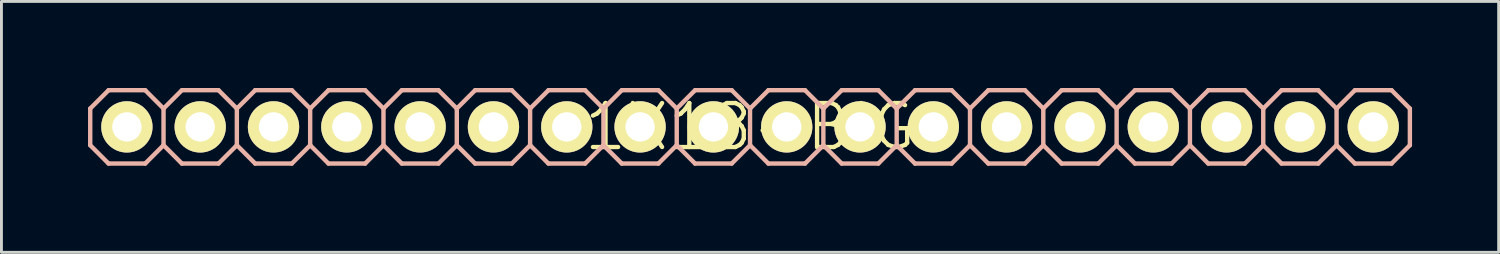
<source format=kicad_pcb>
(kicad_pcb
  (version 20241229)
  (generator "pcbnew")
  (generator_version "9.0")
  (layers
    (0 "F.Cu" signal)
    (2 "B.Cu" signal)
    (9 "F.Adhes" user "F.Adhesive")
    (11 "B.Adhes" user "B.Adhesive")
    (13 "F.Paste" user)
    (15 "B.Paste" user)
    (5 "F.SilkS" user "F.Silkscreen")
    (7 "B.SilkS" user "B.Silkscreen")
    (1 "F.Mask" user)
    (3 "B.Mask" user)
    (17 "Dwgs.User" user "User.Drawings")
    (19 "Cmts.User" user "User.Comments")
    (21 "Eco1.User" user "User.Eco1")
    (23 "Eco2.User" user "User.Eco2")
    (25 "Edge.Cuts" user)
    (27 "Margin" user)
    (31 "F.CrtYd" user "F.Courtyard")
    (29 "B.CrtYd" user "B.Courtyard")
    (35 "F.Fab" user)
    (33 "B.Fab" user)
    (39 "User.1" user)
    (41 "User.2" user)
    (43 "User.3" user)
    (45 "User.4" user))
  (footprint "1X18-BIG"
    (layer "F.Cu")
    (at 22.936 1.346)
    (property "Reference" "1X18-BIG" (at 0 0 0) (layer "F.SilkS") (effects (font (size 1.524 1.524) (thickness 0.15))))
    (attr exclude_from_pos_files exclude_from_bom)
    (fp_line (start -21.844 -0.254) (end -21.336 -0.254) (stroke (width 0.066) (type solid)) (layer "F.SilkS"))
    (fp_line (start -21.844 0.254) (end -21.844 -0.254) (stroke (width 0.066) (type solid)) (layer "F.SilkS"))
    (fp_line (start -21.844 0.254) (end -21.336 0.254) (stroke (width 0.066) (type solid)) (layer "F.SilkS"))
    (fp_line (start -21.336 0.254) (end -21.336 -0.254) (stroke (width 0.066) (type solid)) (layer "F.SilkS"))
    (fp_line (start -19.304 -0.254) (end -18.796 -0.254) (stroke (width 0.066) (type solid)) (layer "F.SilkS"))
    (fp_line (start -19.304 0.254) (end -19.304 -0.254) (stroke (width 0.066) (type solid)) (layer "F.SilkS"))
    (fp_line (start -19.304 0.254) (end -18.796 0.254) (stroke (width 0.066) (type solid)) (layer "F.SilkS"))
    (fp_line (start -18.796 0.254) (end -18.796 -0.254) (stroke (width 0.066) (type solid)) (layer "F.SilkS"))
    (fp_line (start -16.764 -0.254) (end -16.256 -0.254) (stroke (width 0.066) (type solid)) (layer "F.SilkS"))
    (fp_line (start -16.764 0.254) (end -16.764 -0.254) (stroke (width 0.066) (type solid)) (layer "F.SilkS"))
    (fp_line (start -16.764 0.254) (end -16.256 0.254) (stroke (width 0.066) (type solid)) (layer "F.SilkS"))
    (fp_line (start -16.256 0.254) (end -16.256 -0.254) (stroke (width 0.066) (type solid)) (layer "F.SilkS"))
    (fp_line (start -14.224 -0.254) (end -13.716 -0.254) (stroke (width 0.066) (type solid)) (layer "F.SilkS"))
    (fp_line (start -14.224 0.254) (end -14.224 -0.254) (stroke (width 0.066) (type solid)) (layer "F.SilkS"))
    (fp_line (start -14.224 0.254) (end -13.716 0.254) (stroke (width 0.066) (type solid)) (layer "F.SilkS"))
    (fp_line (start -13.716 0.254) (end -13.716 -0.254) (stroke (width 0.066) (type solid)) (layer "F.SilkS"))
    (fp_line (start -11.684 -0.254) (end -11.176 -0.254) (stroke (width 0.066) (type solid)) (layer "F.SilkS"))
    (fp_line (start -11.684 0.254) (end -11.684 -0.254) (stroke (width 0.066) (type solid)) (layer "F.SilkS"))
    (fp_line (start -11.684 0.254) (end -11.176 0.254) (stroke (width 0.066) (type solid)) (layer "F.SilkS"))
    (fp_line (start -11.176 0.254) (end -11.176 -0.254) (stroke (width 0.066) (type solid)) (layer "F.SilkS"))
    (fp_line (start -9.144 -0.254) (end -8.636 -0.254) (stroke (width 0.066) (type solid)) (layer "F.SilkS"))
    (fp_line (start -9.144 0.254) (end -9.144 -0.254) (stroke (width 0.066) (type solid)) (layer "F.SilkS"))
    (fp_line (start -9.144 0.254) (end -8.636 0.254) (stroke (width 0.066) (type solid)) (layer "F.SilkS"))
    (fp_line (start -8.636 0.254) (end -8.636 -0.254) (stroke (width 0.066) (type solid)) (layer "F.SilkS"))
    (fp_line (start -6.604 -0.254) (end -6.096 -0.254) (stroke (width 0.066) (type solid)) (layer "F.SilkS"))
    (fp_line (start -6.604 0.254) (end -6.604 -0.254) (stroke (width 0.066) (type solid)) (layer "F.SilkS"))
    (fp_line (start -6.604 0.254) (end -6.096 0.254) (stroke (width 0.066) (type solid)) (layer "F.SilkS"))
    (fp_line (start -6.096 0.254) (end -6.096 -0.254) (stroke (width 0.066) (type solid)) (layer "F.SilkS"))
    (fp_line (start -4.064 -0.254) (end -3.556 -0.254) (stroke (width 0.066) (type solid)) (layer "F.SilkS"))
    (fp_line (start -4.064 0.254) (end -4.064 -0.254) (stroke (width 0.066) (type solid)) (layer "F.SilkS"))
    (fp_line (start -4.064 0.254) (end -3.556 0.254) (stroke (width 0.066) (type solid)) (layer "F.SilkS"))
    (fp_line (start -3.556 0.254) (end -3.556 -0.254) (stroke (width 0.066) (type solid)) (layer "F.SilkS"))
    (fp_line (start -1.524 -0.254) (end -1.016 -0.254) (stroke (width 0.066) (type solid)) (layer "F.SilkS"))
    (fp_line (start -1.524 0.254) (end -1.524 -0.254) (stroke (width 0.066) (type solid)) (layer "F.SilkS"))
    (fp_line (start -1.524 0.254) (end -1.016 0.254) (stroke (width 0.066) (type solid)) (layer "F.SilkS"))
    (fp_line (start -1.016 0.254) (end -1.016 -0.254) (stroke (width 0.066) (type solid)) (layer "F.SilkS"))
    (fp_line (start 1.016 -0.254) (end 1.524 -0.254) (stroke (width 0.066) (type solid)) (layer "F.SilkS"))
    (fp_line (start 1.016 0.254) (end 1.016 -0.254) (stroke (width 0.066) (type solid)) (layer "F.SilkS"))
    (fp_line (start 1.016 0.254) (end 1.524 0.254) (stroke (width 0.066) (type solid)) (layer "F.SilkS"))
    (fp_line (start 1.524 0.254) (end 1.524 -0.254) (stroke (width 0.066) (type solid)) (layer "F.SilkS"))
    (fp_line (start 3.556 -0.254) (end 4.064 -0.254) (stroke (width 0.066) (type solid)) (layer "F.SilkS"))
    (fp_line (start 3.556 0.254) (end 3.556 -0.254) (stroke (width 0.066) (type solid)) (layer "F.SilkS"))
    (fp_line (start 3.556 0.254) (end 4.064 0.254) (stroke (width 0.066) (type solid)) (layer "F.SilkS"))
    (fp_line (start 4.064 0.254) (end 4.064 -0.254) (stroke (width 0.066) (type solid)) (layer "F.SilkS"))
    (fp_line (start 6.096 -0.254) (end 6.604 -0.254) (stroke (width 0.066) (type solid)) (layer "F.SilkS"))
    (fp_line (start 6.096 0.254) (end 6.096 -0.254) (stroke (width 0.066) (type solid)) (layer "F.SilkS"))
    (fp_line (start 6.096 0.254) (end 6.604 0.254) (stroke (width 0.066) (type solid)) (layer "F.SilkS"))
    (fp_line (start 6.604 0.254) (end 6.604 -0.254) (stroke (width 0.066) (type solid)) (layer "F.SilkS"))
    (fp_line (start 8.636 -0.254) (end 9.144 -0.254) (stroke (width 0.066) (type solid)) (layer "F.SilkS"))
    (fp_line (start 8.636 0.254) (end 8.636 -0.254) (stroke (width 0.066) (type solid)) (layer "F.SilkS"))
    (fp_line (start 8.636 0.254) (end 9.144 0.254) (stroke (width 0.066) (type solid)) (layer "F.SilkS"))
    (fp_line (start 9.144 0.254) (end 9.144 -0.254) (stroke (width 0.066) (type solid)) (layer "F.SilkS"))
    (fp_line (start 11.176 -0.254) (end 11.684 -0.254) (stroke (width 0.066) (type solid)) (layer "F.SilkS"))
    (fp_line (start 11.176 0.254) (end 11.176 -0.254) (stroke (width 0.066) (type solid)) (layer "F.SilkS"))
    (fp_line (start 11.176 0.254) (end 11.684 0.254) (stroke (width 0.066) (type solid)) (layer "F.SilkS"))
    (fp_line (start 11.684 0.254) (end 11.684 -0.254) (stroke (width 0.066) (type solid)) (layer "F.SilkS"))
    (fp_line (start 13.716 -0.254) (end 14.224 -0.254) (stroke (width 0.066) (type solid)) (layer "F.SilkS"))
    (fp_line (start 13.716 0.254) (end 13.716 -0.254) (stroke (width 0.066) (type solid)) (layer "F.SilkS"))
    (fp_line (start 13.716 0.254) (end 14.224 0.254) (stroke (width 0.066) (type solid)) (layer "F.SilkS"))
    (fp_line (start 14.224 0.254) (end 14.224 -0.254) (stroke (width 0.066) (type solid)) (layer "F.SilkS"))
    (fp_line (start 16.256 -0.254) (end 16.764 -0.254) (stroke (width 0.066) (type solid)) (layer "F.SilkS"))
    (fp_line (start 16.256 0.254) (end 16.256 -0.254) (stroke (width 0.066) (type solid)) (layer "F.SilkS"))
    (fp_line (start 16.256 0.254) (end 16.764 0.254) (stroke (width 0.066) (type solid)) (layer "F.SilkS"))
    (fp_line (start 16.764 0.254) (end 16.764 -0.254) (stroke (width 0.066) (type solid)) (layer "F.SilkS"))
    (fp_line (start 18.796 -0.254) (end 19.304 -0.254) (stroke (width 0.066) (type solid)) (layer "F.SilkS"))
    (fp_line (start 18.796 0.254) (end 18.796 -0.254) (stroke (width 0.066) (type solid)) (layer "F.SilkS"))
    (fp_line (start 18.796 0.254) (end 19.304 0.254) (stroke (width 0.066) (type solid)) (layer "F.SilkS"))
    (fp_line (start 19.304 0.254) (end 19.304 -0.254) (stroke (width 0.066) (type solid)) (layer "F.SilkS"))
    (fp_line (start 21.336 -0.254) (end 21.844 -0.254) (stroke (width 0.066) (type solid)) (layer "F.SilkS"))
    (fp_line (start 21.336 0.254) (end 21.336 -0.254) (stroke (width 0.066) (type solid)) (layer "F.SilkS"))
    (fp_line (start 21.336 0.254) (end 21.844 0.254) (stroke (width 0.066) (type solid)) (layer "F.SilkS"))
    (fp_line (start 21.844 0.254) (end 21.844 -0.254) (stroke (width 0.066) (type solid)) (layer "F.SilkS"))
    (fp_line (start -22.86 -0.635) (end -22.86 0.635) (stroke (width 0.152) (type solid)) (layer "B.SilkS"))
    (fp_line (start -22.86 0.635) (end -22.225 1.27) (stroke (width 0.152) (type solid)) (layer "B.SilkS"))
    (fp_line (start -22.225 -1.27) (end -22.86 -0.635) (stroke (width 0.152) (type solid)) (layer "B.SilkS"))
    (fp_line (start -22.225 -1.27) (end -20.955 -1.27) (stroke (width 0.152) (type solid)) (layer "B.SilkS"))
    (fp_line (start -20.955 -1.27) (end -20.32 -0.635) (stroke (width 0.152) (type solid)) (layer "B.SilkS"))
    (fp_line (start -20.955 1.27) (end -22.225 1.27) (stroke (width 0.152) (type solid)) (layer "B.SilkS"))
    (fp_line (start -20.32 -0.635) (end -20.32 0.635) (stroke (width 0.152) (type solid)) (layer "B.SilkS"))
    (fp_line (start -20.32 -0.635) (end -19.685 -1.27) (stroke (width 0.152) (type solid)) (layer "B.SilkS"))
    (fp_line (start -20.32 0.635) (end -20.955 1.27) (stroke (width 0.152) (type solid)) (layer "B.SilkS"))
    (fp_line (start -19.685 -1.27) (end -18.415 -1.27) (stroke (width 0.152) (type solid)) (layer "B.SilkS"))
    (fp_line (start -19.685 1.27) (end -20.32 0.635) (stroke (width 0.152) (type solid)) (layer "B.SilkS"))
    (fp_line (start -18.415 -1.27) (end -17.78 -0.635) (stroke (width 0.152) (type solid)) (layer "B.SilkS"))
    (fp_line (start -18.415 1.27) (end -19.685 1.27) (stroke (width 0.152) (type solid)) (layer "B.SilkS"))
    (fp_line (start -17.78 -0.635) (end -17.78 0.635) (stroke (width 0.152) (type solid)) (layer "B.SilkS"))
    (fp_line (start -17.78 -0.635) (end -17.145 -1.27) (stroke (width 0.152) (type solid)) (layer "B.SilkS"))
    (fp_line (start -17.78 0.635) (end -18.415 1.27) (stroke (width 0.152) (type solid)) (layer "B.SilkS"))
    (fp_line (start -17.145 -1.27) (end -15.875 -1.27) (stroke (width 0.152) (type solid)) (layer "B.SilkS"))
    (fp_line (start -17.145 1.27) (end -17.78 0.635) (stroke (width 0.152) (type solid)) (layer "B.SilkS"))
    (fp_line (start -15.875 -1.27) (end -15.24 -0.635) (stroke (width 0.152) (type solid)) (layer "B.SilkS"))
    (fp_line (start -15.875 1.27) (end -17.145 1.27) (stroke (width 0.152) (type solid)) (layer "B.SilkS"))
    (fp_line (start -15.24 -0.635) (end -15.24 0.635) (stroke (width 0.152) (type solid)) (layer "B.SilkS"))
    (fp_line (start -15.24 0.635) (end -15.875 1.27) (stroke (width 0.152) (type solid)) (layer "B.SilkS"))
    (fp_line (start -15.24 0.635) (end -14.605 1.27) (stroke (width 0.152) (type solid)) (layer "B.SilkS"))
    (fp_line (start -14.605 -1.27) (end -15.24 -0.635) (stroke (width 0.152) (type solid)) (layer "B.SilkS"))
    (fp_line (start -14.605 -1.27) (end -13.335 -1.27) (stroke (width 0.152) (type solid)) (layer "B.SilkS"))
    (fp_line (start -13.335 -1.27) (end -12.7 -0.635) (stroke (width 0.152) (type solid)) (layer "B.SilkS"))
    (fp_line (start -13.335 1.27) (end -14.605 1.27) (stroke (width 0.152) (type solid)) (layer "B.SilkS"))
    (fp_line (start -12.7 -0.635) (end -12.7 0.635) (stroke (width 0.152) (type solid)) (layer "B.SilkS"))
    (fp_line (start -12.7 -0.635) (end -12.065 -1.27) (stroke (width 0.152) (type solid)) (layer "B.SilkS"))
    (fp_line (start -12.7 0.635) (end -13.335 1.27) (stroke (width 0.152) (type solid)) (layer "B.SilkS"))
    (fp_line (start -12.065 -1.27) (end -10.795 -1.27) (stroke (width 0.152) (type solid)) (layer "B.SilkS"))
    (fp_line (start -12.065 1.27) (end -12.7 0.635) (stroke (width 0.152) (type solid)) (layer "B.SilkS"))
    (fp_line (start -10.795 -1.27) (end -10.16 -0.635) (stroke (width 0.152) (type solid)) (layer "B.SilkS"))
    (fp_line (start -10.795 1.27) (end -12.065 1.27) (stroke (width 0.152) (type solid)) (layer "B.SilkS"))
    (fp_line (start -10.16 -0.635) (end -10.16 0.635) (stroke (width 0.152) (type solid)) (layer "B.SilkS"))
    (fp_line (start -10.16 -0.635) (end -9.525 -1.27) (stroke (width 0.152) (type solid)) (layer "B.SilkS"))
    (fp_line (start -10.16 0.635) (end -10.795 1.27) (stroke (width 0.152) (type solid)) (layer "B.SilkS"))
    (fp_line (start -9.525 -1.27) (end -8.255 -1.27) (stroke (width 0.152) (type solid)) (layer "B.SilkS"))
    (fp_line (start -9.525 1.27) (end -10.16 0.635) (stroke (width 0.152) (type solid)) (layer "B.SilkS"))
    (fp_line (start -8.255 -1.27) (end -7.62 -0.635) (stroke (width 0.152) (type solid)) (layer "B.SilkS"))
    (fp_line (start -8.255 1.27) (end -9.525 1.27) (stroke (width 0.152) (type solid)) (layer "B.SilkS"))
    (fp_line (start -7.62 -0.635) (end -7.62 0.635) (stroke (width 0.152) (type solid)) (layer "B.SilkS"))
    (fp_line (start -7.62 0.635) (end -8.255 1.27) (stroke (width 0.152) (type solid)) (layer "B.SilkS"))
    (fp_line (start -7.62 0.635) (end -6.985 1.27) (stroke (width 0.152) (type solid)) (layer "B.SilkS"))
    (fp_line (start -6.985 -1.27) (end -7.62 -0.635) (stroke (width 0.152) (type solid)) (layer "B.SilkS"))
    (fp_line (start -6.985 -1.27) (end -5.715 -1.27) (stroke (width 0.152) (type solid)) (layer "B.SilkS"))
    (fp_line (start -5.715 -1.27) (end -5.08 -0.635) (stroke (width 0.152) (type solid)) (layer "B.SilkS"))
    (fp_line (start -5.715 1.27) (end -6.985 1.27) (stroke (width 0.152) (type solid)) (layer "B.SilkS"))
    (fp_line (start -5.08 -0.635) (end -5.08 0.635) (stroke (width 0.152) (type solid)) (layer "B.SilkS"))
    (fp_line (start -5.08 -0.635) (end -4.445 -1.27) (stroke (width 0.152) (type solid)) (layer "B.SilkS"))
    (fp_line (start -5.08 0.635) (end -5.715 1.27) (stroke (width 0.152) (type solid)) (layer "B.SilkS"))
    (fp_line (start -4.445 -1.27) (end -3.175 -1.27) (stroke (width 0.152) (type solid)) (layer "B.SilkS"))
    (fp_line (start -4.445 1.27) (end -5.08 0.635) (stroke (width 0.152) (type solid)) (layer "B.SilkS"))
    (fp_line (start -3.175 -1.27) (end -2.54 -0.635) (stroke (width 0.152) (type solid)) (layer "B.SilkS"))
    (fp_line (start -3.175 1.27) (end -4.445 1.27) (stroke (width 0.152) (type solid)) (layer "B.SilkS"))
    (fp_line (start -2.54 -0.635) (end -2.54 0.635) (stroke (width 0.152) (type solid)) (layer "B.SilkS"))
    (fp_line (start -2.54 -0.635) (end -1.905 -1.27) (stroke (width 0.152) (type solid)) (layer "B.SilkS"))
    (fp_line (start -2.54 0.635) (end -3.175 1.27) (stroke (width 0.152) (type solid)) (layer "B.SilkS"))
    (fp_line (start -1.905 -1.27) (end -0.635 -1.27) (stroke (width 0.152) (type solid)) (layer "B.SilkS"))
    (fp_line (start -1.905 1.27) (end -2.54 0.635) (stroke (width 0.152) (type solid)) (layer "B.SilkS"))
    (fp_line (start -0.635 -1.27) (end 0 -0.635) (stroke (width 0.152) (type solid)) (layer "B.SilkS"))
    (fp_line (start -0.635 1.27) (end -1.905 1.27) (stroke (width 0.152) (type solid)) (layer "B.SilkS"))
    (fp_line (start 0 -0.635) (end 0 0.635) (stroke (width 0.152) (type solid)) (layer "B.SilkS"))
    (fp_line (start 0 0.635) (end -0.635 1.27) (stroke (width 0.152) (type solid)) (layer "B.SilkS"))
    (fp_line (start 0 0.635) (end 0.635 1.27) (stroke (width 0.152) (type solid)) (layer "B.SilkS"))
    (fp_line (start 0.635 -1.27) (end 0 -0.635) (stroke (width 0.152) (type solid)) (layer "B.SilkS"))
    (fp_line (start 0.635 -1.27) (end 1.905 -1.27) (stroke (width 0.152) (type solid)) (layer "B.SilkS"))
    (fp_line (start 1.905 -1.27) (end 2.54 -0.635) (stroke (width 0.152) (type solid)) (layer "B.SilkS"))
    (fp_line (start 1.905 1.27) (end 0.635 1.27) (stroke (width 0.152) (type solid)) (layer "B.SilkS"))
    (fp_line (start 2.54 -0.635) (end 2.54 0.635) (stroke (width 0.152) (type solid)) (layer "B.SilkS"))
    (fp_line (start 2.54 -0.635) (end 3.175 -1.27) (stroke (width 0.152) (type solid)) (layer "B.SilkS"))
    (fp_line (start 2.54 0.635) (end 1.905 1.27) (stroke (width 0.152) (type solid)) (layer "B.SilkS"))
    (fp_line (start 3.175 -1.27) (end 4.445 -1.27) (stroke (width 0.152) (type solid)) (layer "B.SilkS"))
    (fp_line (start 3.175 1.27) (end 2.54 0.635) (stroke (width 0.152) (type solid)) (layer "B.SilkS"))
    (fp_line (start 4.445 -1.27) (end 5.08 -0.635) (stroke (width 0.152) (type solid)) (layer "B.SilkS"))
    (fp_line (start 4.445 1.27) (end 3.175 1.27) (stroke (width 0.152) (type solid)) (layer "B.SilkS"))
    (fp_line (start 5.08 -0.635) (end 5.08 0.635) (stroke (width 0.152) (type solid)) (layer "B.SilkS"))
    (fp_line (start 5.08 -0.635) (end 5.715 -1.27) (stroke (width 0.152) (type solid)) (layer "B.SilkS"))
    (fp_line (start 5.08 0.635) (end 4.445 1.27) (stroke (width 0.152) (type solid)) (layer "B.SilkS"))
    (fp_line (start 5.715 -1.27) (end 6.985 -1.27) (stroke (width 0.152) (type solid)) (layer "B.SilkS"))
    (fp_line (start 5.715 1.27) (end 5.08 0.635) (stroke (width 0.152) (type solid)) (layer "B.SilkS"))
    (fp_line (start 6.985 -1.27) (end 7.62 -0.635) (stroke (width 0.152) (type solid)) (layer "B.SilkS"))
    (fp_line (start 6.985 1.27) (end 5.715 1.27) (stroke (width 0.152) (type solid)) (layer "B.SilkS"))
    (fp_line (start 7.62 -0.635) (end 7.62 0.635) (stroke (width 0.152) (type solid)) (layer "B.SilkS"))
    (fp_line (start 7.62 0.635) (end 6.985 1.27) (stroke (width 0.152) (type solid)) (layer "B.SilkS"))
    (fp_line (start 7.62 0.635) (end 8.255 1.27) (stroke (width 0.152) (type solid)) (layer "B.SilkS"))
    (fp_line (start 8.255 -1.27) (end 7.62 -0.635) (stroke (width 0.152) (type solid)) (layer "B.SilkS"))
    (fp_line (start 8.255 -1.27) (end 9.525 -1.27) (stroke (width 0.152) (type solid)) (layer "B.SilkS"))
    (fp_line (start 9.525 -1.27) (end 10.16 -0.635) (stroke (width 0.152) (type solid)) (layer "B.SilkS"))
    (fp_line (start 9.525 1.27) (end 8.255 1.27) (stroke (width 0.152) (type solid)) (layer "B.SilkS"))
    (fp_line (start 10.16 -0.635) (end 10.16 0.635) (stroke (width 0.152) (type solid)) (layer "B.SilkS"))
    (fp_line (start 10.16 -0.635) (end 10.795 -1.27) (stroke (width 0.152) (type solid)) (layer "B.SilkS"))
    (fp_line (start 10.16 0.635) (end 9.525 1.27) (stroke (width 0.152) (type solid)) (layer "B.SilkS"))
    (fp_line (start 10.795 -1.27) (end 12.065 -1.27) (stroke (width 0.152) (type solid)) (layer "B.SilkS"))
    (fp_line (start 10.795 1.27) (end 10.16 0.635) (stroke (width 0.152) (type solid)) (layer "B.SilkS"))
    (fp_line (start 12.065 -1.27) (end 12.7 -0.635) (stroke (width 0.152) (type solid)) (layer "B.SilkS"))
    (fp_line (start 12.065 1.27) (end 10.795 1.27) (stroke (width 0.152) (type solid)) (layer "B.SilkS"))
    (fp_line (start 12.7 -0.635) (end 12.7 0.635) (stroke (width 0.152) (type solid)) (layer "B.SilkS"))
    (fp_line (start 12.7 -0.635) (end 13.335 -1.27) (stroke (width 0.152) (type solid)) (layer "B.SilkS"))
    (fp_line (start 12.7 0.635) (end 12.065 1.27) (stroke (width 0.152) (type solid)) (layer "B.SilkS"))
    (fp_line (start 13.335 -1.27) (end 14.605 -1.27) (stroke (width 0.152) (type solid)) (layer "B.SilkS"))
    (fp_line (start 13.335 1.27) (end 12.7 0.635) (stroke (width 0.152) (type solid)) (layer "B.SilkS"))
    (fp_line (start 14.605 -1.27) (end 15.24 -0.635) (stroke (width 0.152) (type solid)) (layer "B.SilkS"))
    (fp_line (start 14.605 1.27) (end 13.335 1.27) (stroke (width 0.152) (type solid)) (layer "B.SilkS"))
    (fp_line (start 15.24 -0.635) (end 15.24 0.635) (stroke (width 0.152) (type solid)) (layer "B.SilkS"))
    (fp_line (start 15.24 0.635) (end 14.605 1.27) (stroke (width 0.152) (type solid)) (layer "B.SilkS"))
    (fp_line (start 15.24 0.635) (end 15.875 1.27) (stroke (width 0.152) (type solid)) (layer "B.SilkS"))
    (fp_line (start 15.875 -1.27) (end 15.24 -0.635) (stroke (width 0.152) (type solid)) (layer "B.SilkS"))
    (fp_line (start 15.875 -1.27) (end 17.145 -1.27) (stroke (width 0.152) (type solid)) (layer "B.SilkS"))
    (fp_line (start 17.145 -1.27) (end 17.78 -0.635) (stroke (width 0.152) (type solid)) (layer "B.SilkS"))
    (fp_line (start 17.145 1.27) (end 15.875 1.27) (stroke (width 0.152) (type solid)) (layer "B.SilkS"))
    (fp_line (start 17.78 -0.635) (end 17.78 0.635) (stroke (width 0.152) (type solid)) (layer "B.SilkS"))
    (fp_line (start 17.78 -0.635) (end 18.415 -1.27) (stroke (width 0.152) (type solid)) (layer "B.SilkS"))
    (fp_line (start 17.78 0.635) (end 17.145 1.27) (stroke (width 0.152) (type solid)) (layer "B.SilkS"))
    (fp_line (start 18.415 -1.27) (end 19.685 -1.27) (stroke (width 0.152) (type solid)) (layer "B.SilkS"))
    (fp_line (start 18.415 1.27) (end 17.78 0.635) (stroke (width 0.152) (type solid)) (layer "B.SilkS"))
    (fp_line (start 19.685 -1.27) (end 20.32 -0.635) (stroke (width 0.152) (type solid)) (layer "B.SilkS"))
    (fp_line (start 19.685 1.27) (end 18.415 1.27) (stroke (width 0.152) (type solid)) (layer "B.SilkS"))
    (fp_line (start 20.32 -0.635) (end 20.32 0.635) (stroke (width 0.152) (type solid)) (layer "B.SilkS"))
    (fp_line (start 20.32 -0.635) (end 20.955 -1.27) (stroke (width 0.152) (type solid)) (layer "B.SilkS"))
    (fp_line (start 20.32 0.635) (end 19.685 1.27) (stroke (width 0.152) (type solid)) (layer "B.SilkS"))
    (fp_line (start 20.955 -1.27) (end 22.225 -1.27) (stroke (width 0.152) (type solid)) (layer "B.SilkS"))
    (fp_line (start 20.955 1.27) (end 20.32 0.635) (stroke (width 0.152) (type solid)) (layer "B.SilkS"))
    (fp_line (start 22.225 -1.27) (end 22.86 -0.635) (stroke (width 0.152) (type solid)) (layer "B.SilkS"))
    (fp_line (start 22.225 1.27) (end 20.955 1.27) (stroke (width 0.152) (type solid)) (layer "B.SilkS"))
    (fp_line (start 22.86 -0.635) (end 22.86 0.635) (stroke (width 0.152) (type solid)) (layer "B.SilkS"))
    (fp_line (start 22.86 0.635) (end 22.225 1.27) (stroke (width 0.152) (type solid)) (layer "B.SilkS"))
    (pad "1" thru_hole circle (at -21.59 0) (size 1.778 1.778) (drill 1.016) (layers "*.Cu" "F.Mask" "F.SilkS" "F.Paste"))
    (pad "2" thru_hole circle (at -19.05 0) (size 1.778 1.778) (drill 1.016) (layers "*.Cu" "F.Mask" "F.SilkS" "F.Paste"))
    (pad "3" thru_hole circle (at -16.51 0) (size 1.778 1.778) (drill 1.016) (layers "*.Cu" "F.Mask" "F.SilkS" "F.Paste"))
    (pad "4" thru_hole circle (at -13.97 0) (size 1.778 1.778) (drill 1.016) (layers "*.Cu" "F.Mask" "F.SilkS" "F.Paste"))
    (pad "5" thru_hole circle (at -11.43 0) (size 1.778 1.778) (drill 1.016) (layers "*.Cu" "F.Mask" "F.SilkS" "F.Paste"))
    (pad "6" thru_hole circle (at -8.89 0) (size 1.778 1.778) (drill 1.016) (layers "*.Cu" "F.Mask" "F.SilkS" "F.Paste"))
    (pad "7" thru_hole circle (at -6.35 0) (size 1.778 1.778) (drill 1.016) (layers "*.Cu" "F.Mask" "F.SilkS" "F.Paste"))
    (pad "8" thru_hole circle (at -3.81 0) (size 1.778 1.778) (drill 1.016) (layers "*.Cu" "F.Mask" "F.SilkS" "F.Paste"))
    (pad "9" thru_hole circle (at -1.27 0) (size 1.778 1.778) (drill 1.016) (layers "*.Cu" "F.Mask" "F.SilkS" "F.Paste"))
    (pad "10" thru_hole circle (at 1.27 0) (size 1.778 1.778) (drill 1.016) (layers "*.Cu" "F.Mask" "F.SilkS" "F.Paste"))
    (pad "11" thru_hole circle (at 3.81 0) (size 1.778 1.778) (drill 1.016) (layers "*.Cu" "F.Mask" "F.SilkS" "F.Paste"))
    (pad "12" thru_hole circle (at 6.35 0) (size 1.778 1.778) (drill 1.016) (layers "*.Cu" "F.Mask" "F.SilkS" "F.Paste"))
    (pad "13" thru_hole circle (at 8.89 0) (size 1.778 1.778) (drill 1.016) (layers "*.Cu" "F.Mask" "F.SilkS" "F.Paste"))
    (pad "14" thru_hole circle (at 11.43 0) (size 1.778 1.778) (drill 1.016) (layers "*.Cu" "F.Mask" "F.SilkS" "F.Paste"))
    (pad "15" thru_hole circle (at 13.97 0) (size 1.778 1.778) (drill 1.016) (layers "*.Cu" "F.Mask" "F.SilkS" "F.Paste"))
    (pad "16" thru_hole circle (at 16.51 0) (size 1.778 1.778) (drill 1.016) (layers "*.Cu" "F.Mask" "F.SilkS" "F.Paste"))
    (pad "17" thru_hole circle (at 19.05 0) (size 1.778 1.778) (drill 1.016) (layers "*.Cu" "F.Mask" "F.SilkS" "F.Paste"))
    (pad "18" thru_hole circle (at 21.59 0) (size 1.778 1.778) (drill 1.016) (layers "*.Cu" "F.Mask" "F.SilkS" "F.Paste")))
  (gr_rect
    (start -3 -3)
    (end 48.872 5.692)
    (stroke (width 0.1) (type default))
    (fill no)
    (layer "Edge.Cuts")))
</source>
